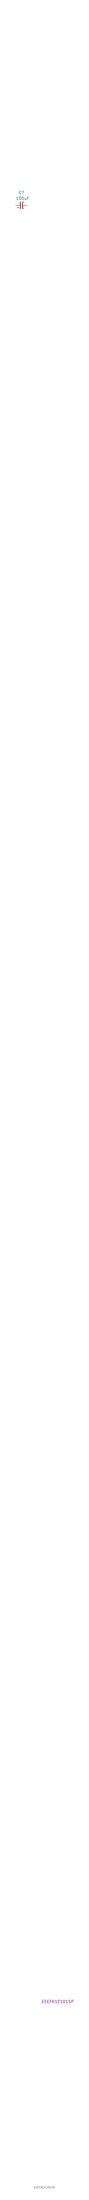
<source format=kicad_sym>
(kicad_symbol_lib
  (version 20220914)
  (generator kicad_symbol_editor)
  (symbol "EEEFK1E101SP"
    (pin_numbers hide)
    (pin_names hide)
    (property "Reference" "C"
      (at -1.27 6.35 0)
      (effects (font (size 1.27 1.27)) (justify left top)))
    (property "Value" "100uF"
      (at -2.54 3.81 0)
      (effects (font (size 1.27 1.27)) (justify left top)))
    (property "Manufacturer_Part_Number" "EEEFK1E101SP"
      (at 8.89 -796.19 0)
      (effects (font (size 1.27 1.27)) (justify left top)))
    (symbol "EEEFK1E101SP_0_1"
      (polyline (pts (xy -1.524 -1.27) (xy -1.524 -0.762)) (stroke (width 0) (type default)) (fill (type none)))
      (polyline (pts (xy -1.27 -1.016) (xy -1.778 -1.016)) (stroke (width 0) (type default)) (fill (type none)))
      (polyline (pts (xy -0.508 -1.524) (xy -0.508 1.524)) (stroke (width 0.305) (type default)) (fill (type none)))
      (arc (start 0.762 1.524) (mid 0.3734 0) (end 0.762 -1.524) (stroke (width 0.3048) (type default)) (fill (type none))))
    (symbol "EEEFK1E101SP_1_1"
      (pin passive line (at -2.54 0 0) (length 2.032) (name "~" (effects (font (size 1.27 1.27)))) (number "1" (effects (font (size 1.27 1.27)))))
      (pin passive line (at 2.54 0 180) (length 2.032) (name "~" (effects (font (size 1.27 1.27)))) (number "2" (effects (font (size 1.27 1.27))))))))
</source>
